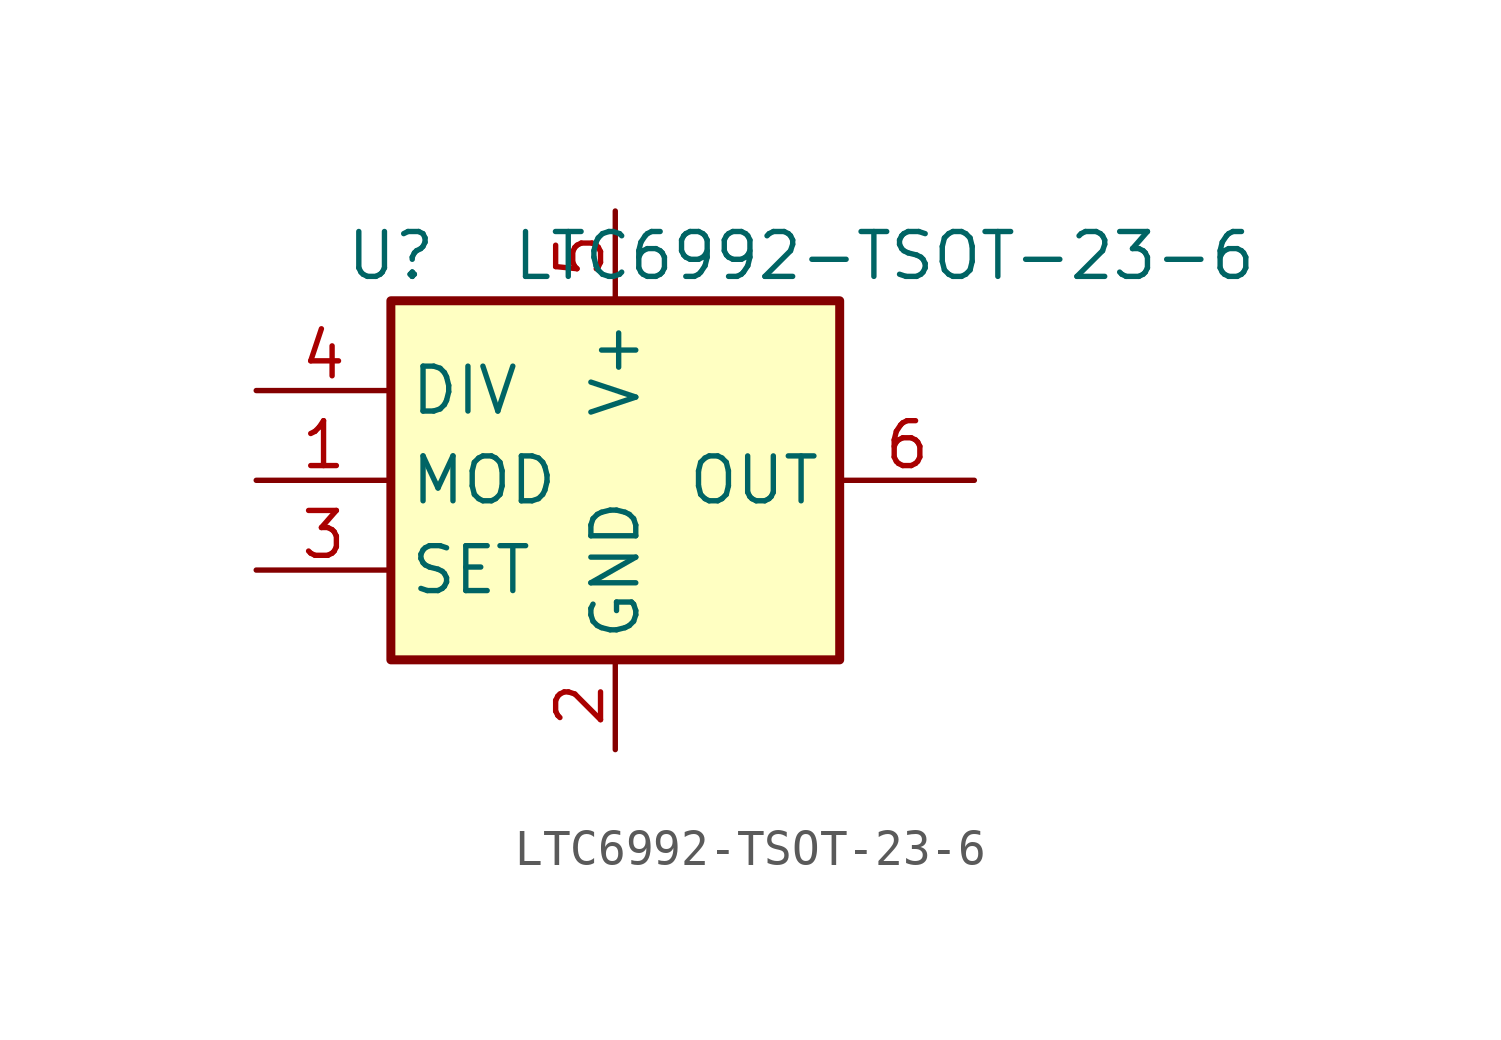
<source format=kicad_sym>
(kicad_symbol_lib
  (version 20211014)
  (generator kicad_symbol_editor)
  (symbol "LTC6992-TSOT-23-6"
    (property "Reference" "U"
      (at -6.35 6.35 0)
      (effects (font (size 1.27 1.27))))
    (property "Value" "LTC6992-TSOT-23-6"
      (at 7.62 6.35 0)
      (effects (font (size 1.27 1.27))))
    (symbol "LTC6992-TSOT-23-6_0_1"
      (rectangle (start -6.35 5.08) (end 6.35 -5.08) (stroke (width 0.254) (type default) (color 0 0 0 0)) (fill (type background))))
    (symbol "LTC6992-TSOT-23-6_1_1"
      (pin input line (at -10.16 0 0) (length 3.81) (name "MOD" (effects (font (size 1.27 1.27)))) (number "1" (effects (font (size 1.27 1.27)))))
      (pin power_in line (at 0 -7.62 90) (length 2.54) (name "GND" (effects (font (size 1.27 1.27)))) (number "2" (effects (font (size 1.27 1.27)))))
      (pin passive line (at -10.16 -2.54 0) (length 3.81) (name "SET" (effects (font (size 1.27 1.27)))) (number "3" (effects (font (size 1.27 1.27)))))
      (pin input line (at -10.16 2.54 0) (length 3.81) (name "DIV" (effects (font (size 1.27 1.27)))) (number "4" (effects (font (size 1.27 1.27)))))
      (pin power_in line (at 0 7.62 270) (length 2.54) (name "V+" (effects (font (size 1.27 1.27)))) (number "5" (effects (font (size 1.27 1.27)))))
      (pin output line (at 10.16 0 180) (length 3.81) (name "OUT" (effects (font (size 1.27 1.27)))) (number "6" (effects (font (size 1.27 1.27))))))))
</source>
